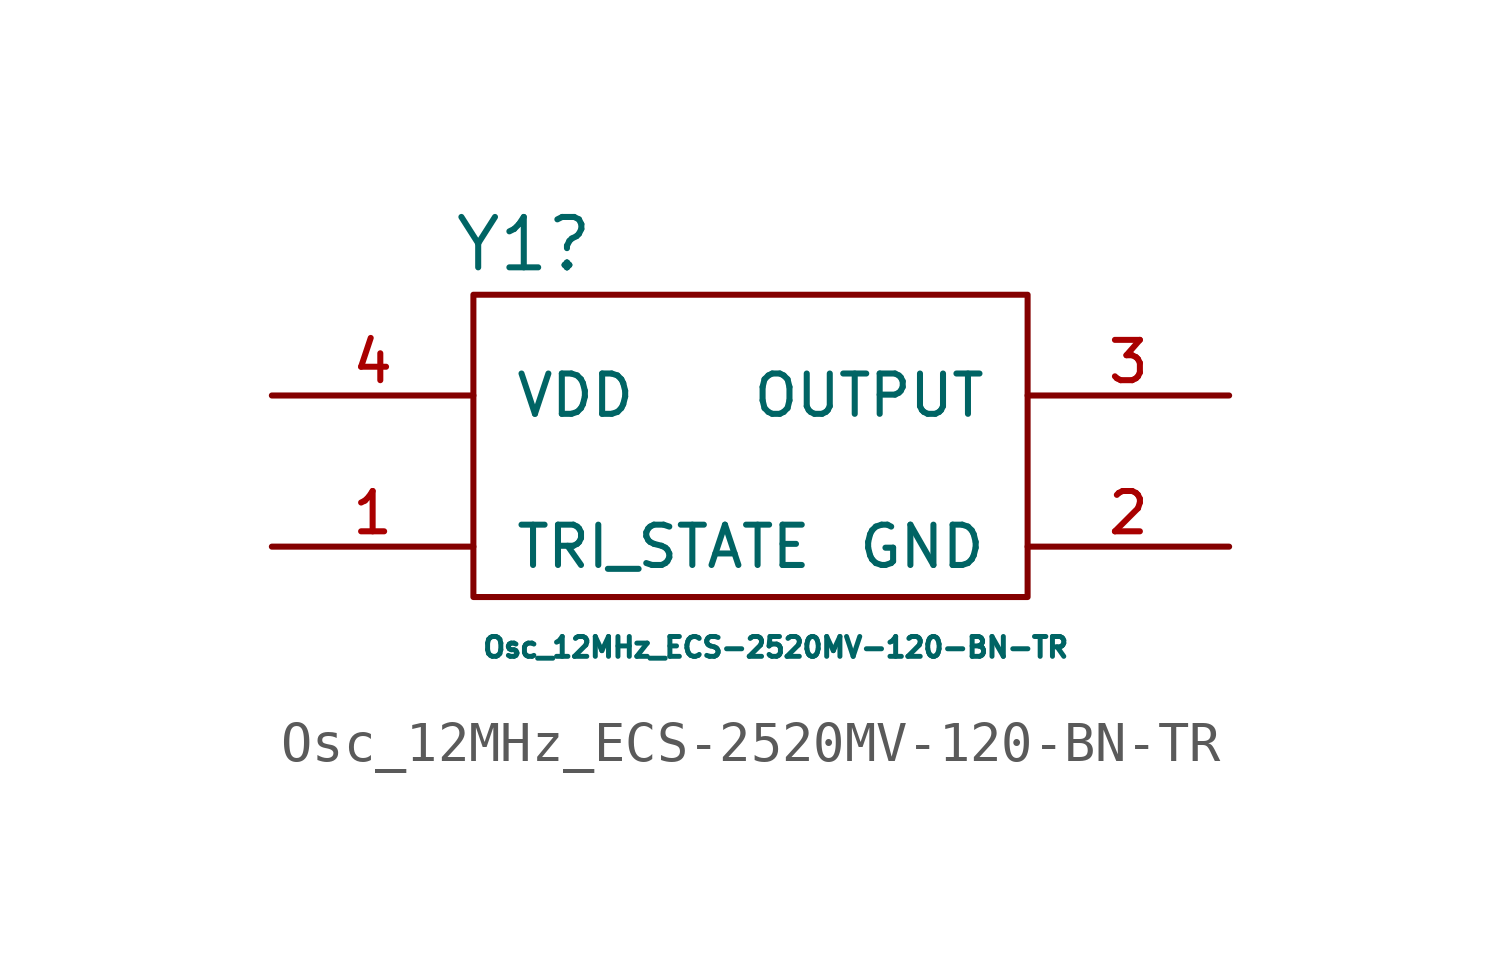
<source format=kicad_sym>
(kicad_symbol_lib
  (version 20220914)
  (generator kicad_symbol_editor)
  (symbol "Osc_12MHz_ECS-2520MV-120-BN-TR"
    (pin_names
      (offset 1.016))
    (property "Reference" "Y1"
      (at 1.27 1.27 0)
      (effects (font (size 1.27 1.27))))
    (property "Value" "Osc_12MHz_ECS-2520MV-120-BN-TR"
      (at 7.62 -8.89 0)
      (effects (font (size 0.5 0.5))))
    (symbol "Osc_12MHz_ECS-2520MV-120-BN-TR_0_0"
      (pin input line (at -5.08 -6.35 0) (length 5.08) (name "TRI_STATE" (effects (font (size 1.016 1.016)))) (number "1" (effects (font (size 1.016 1.016)))))
      (pin power_in line (at 19.05 -6.35 180) (length 5.08) (name "GND" (effects (font (size 1.016 1.016)))) (number "2" (effects (font (size 1.016 1.016)))))
      (pin output line (at 19.05 -2.54 180) (length 5.08) (name "OUTPUT" (effects (font (size 1.016 1.016)))) (number "3" (effects (font (size 1.016 1.016)))))
      (pin input line (at -5.08 -2.54 0) (length 5.08) (name "VDD" (effects (font (size 1.016 1.016)))) (number "4" (effects (font (size 1.016 1.016))))))
    (symbol "Osc_12MHz_ECS-2520MV-120-BN-TR_0_1"
      (rectangle (start 0 0) (end 13.97 -7.62) (stroke (width 0.152) (type default)) (fill (type none))))))
</source>
